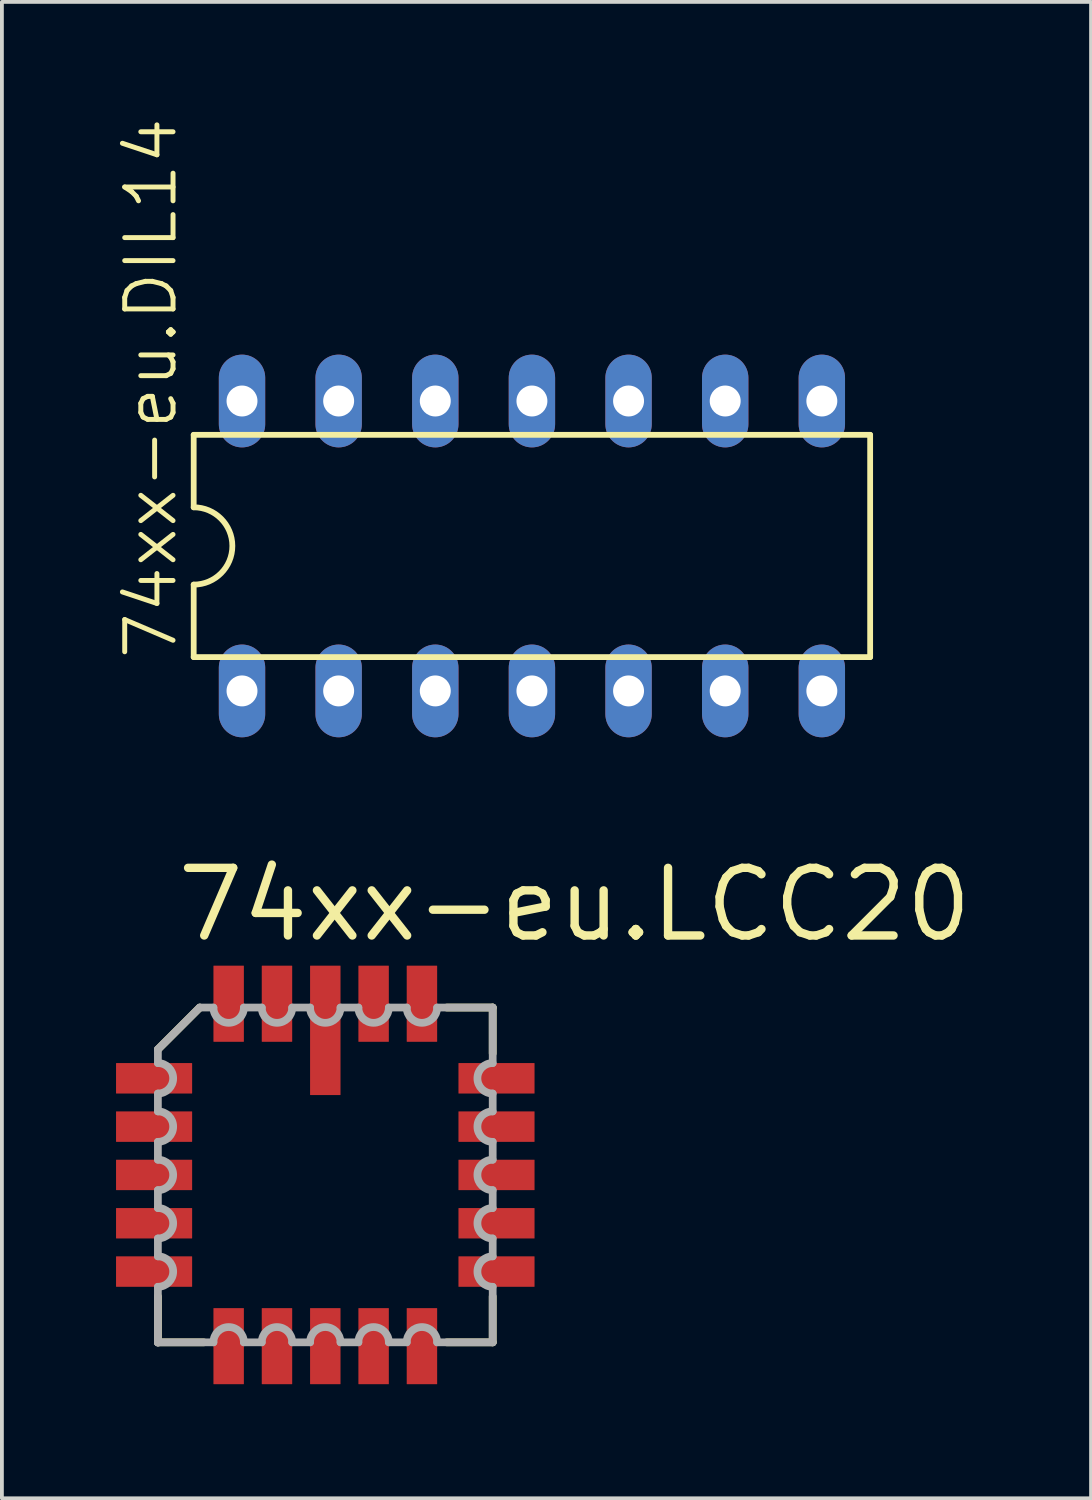
<source format=kicad_pcb>
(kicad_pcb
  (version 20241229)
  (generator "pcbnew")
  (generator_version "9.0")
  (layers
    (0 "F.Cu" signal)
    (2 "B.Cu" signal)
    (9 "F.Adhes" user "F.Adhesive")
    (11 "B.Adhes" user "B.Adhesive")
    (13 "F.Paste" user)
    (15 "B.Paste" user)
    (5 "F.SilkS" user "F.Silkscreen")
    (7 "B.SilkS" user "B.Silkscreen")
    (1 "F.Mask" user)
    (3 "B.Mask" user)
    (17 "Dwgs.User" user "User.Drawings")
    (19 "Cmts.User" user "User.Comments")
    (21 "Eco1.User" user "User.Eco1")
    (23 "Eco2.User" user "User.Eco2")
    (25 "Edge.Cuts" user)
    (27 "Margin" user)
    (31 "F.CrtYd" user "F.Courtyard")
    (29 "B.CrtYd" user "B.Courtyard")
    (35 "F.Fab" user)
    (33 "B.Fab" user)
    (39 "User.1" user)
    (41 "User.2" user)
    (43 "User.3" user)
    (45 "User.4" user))
  (footprint "74xx-eu.DIL14"
    (layer "F.Cu")
    (at 10.931 11.3)
    (property "Reference" "74xx-eu.DIL14" (at -9.271 3.048 90) (layer "F.SilkS") (effects (font (size 1.27 1.27) (thickness 0.13)) (justify left bottom)))
    (attr through_hole)
    (fp_line (start -8.89 -2.921) (end -8.89 -1.016) (stroke (width 0.152) (type default)) (layer "F.SilkS"))
    (fp_line (start -8.89 2.921) (end -8.89 1.016) (stroke (width 0.152) (type default)) (layer "F.SilkS"))
    (fp_line (start -8.89 2.921) (end 8.89 2.921) (stroke (width 0.152) (type default)) (layer "F.SilkS"))
    (fp_line (start 8.89 -2.921) (end -8.89 -2.921) (stroke (width 0.152) (type default)) (layer "F.SilkS"))
    (fp_line (start 8.89 -2.921) (end 8.89 2.921) (stroke (width 0.152) (type default)) (layer "F.SilkS"))
    (fp_arc (start -8.89 -1.016) (mid -7.874 0) (end -8.89 1.016) (stroke (width 0.1524) (type default)) (layer "F.SilkS"))
    (pad "1" thru_hole oval (at -7.62 3.81 90) (size 2.438 1.219) (drill 0.813) (layers "*.Cu" "*.Mask"))
    (pad "2" thru_hole oval (at -5.08 3.81 90) (size 2.438 1.219) (drill 0.813) (layers "*.Cu" "*.Mask"))
    (pad "3" thru_hole oval (at -2.54 3.81 90) (size 2.438 1.219) (drill 0.813) (layers "*.Cu" "*.Mask"))
    (pad "4" thru_hole oval (at 0 3.81 90) (size 2.438 1.219) (drill 0.813) (layers "*.Cu" "*.Mask"))
    (pad "5" thru_hole oval (at 2.54 3.81 90) (size 2.438 1.219) (drill 0.813) (layers "*.Cu" "*.Mask"))
    (pad "6" thru_hole oval (at 5.08 3.81 90) (size 2.438 1.219) (drill 0.813) (layers "*.Cu" "*.Mask"))
    (pad "7" thru_hole oval (at 7.62 3.81 90) (size 2.438 1.219) (drill 0.813) (layers "*.Cu" "*.Mask"))
    (pad "8" thru_hole oval (at 7.62 -3.81 90) (size 2.438 1.219) (drill 0.813) (layers "*.Cu" "*.Mask"))
    (pad "9" thru_hole oval (at 5.08 -3.81 90) (size 2.438 1.219) (drill 0.813) (layers "*.Cu" "*.Mask"))
    (pad "10" thru_hole oval (at 2.54 -3.81 90) (size 2.438 1.219) (drill 0.813) (layers "*.Cu" "*.Mask"))
    (pad "11" thru_hole oval (at 0 -3.81 90) (size 2.438 1.219) (drill 0.813) (layers "*.Cu" "*.Mask"))
    (pad "12" thru_hole oval (at -2.54 -3.81 90) (size 2.438 1.219) (drill 0.813) (layers "*.Cu" "*.Mask"))
    (pad "13" thru_hole oval (at -5.08 -3.81 90) (size 2.438 1.219) (drill 0.813) (layers "*.Cu" "*.Mask"))
    (pad "14" thru_hole oval (at -7.62 -3.81 90) (size 2.438 1.219) (drill 0.813) (layers "*.Cu" "*.Mask")))
  (footprint "74xx-eu.LCC20"
    (layer "F.Cu")
    (at 5.5 27.832)
    (property "Reference" "74xx-eu.LCC20" (at -4.005 -6.065 0) (layer "F.SilkS") (effects (font (size 1.778 1.778) (thickness 0.22)) (justify left bottom)))
    (attr smd)
    (fp_line (start -4.4 3.194) (end -4.4 4.4) (stroke (width 0.203) (type default)) (layer "F.SilkS"))
    (fp_line (start -4.4 4.4) (end -3.194 4.4) (stroke (width 0.203) (type default)) (layer "F.SilkS"))
    (fp_line (start -3.3 -4.4) (end -4.4 -3.3) (stroke (width 0.203) (type default)) (layer "F.SilkS"))
    (fp_line (start 3.194 4.4) (end 4.4 4.4) (stroke (width 0.203) (type default)) (layer "F.SilkS"))
    (fp_line (start 4.4 -4.4) (end 3.194 -4.4) (stroke (width 0.203) (type default)) (layer "F.SilkS"))
    (fp_line (start 4.4 -3.194) (end 4.4 -4.4) (stroke (width 0.203) (type default)) (layer "F.SilkS"))
    (fp_line (start 4.4 4.4) (end 4.4 3.194) (stroke (width 0.203) (type default)) (layer "F.SilkS"))
    (fp_line (start -4.4 -3.3) (end -4.4 -2.94) (stroke (width 0.203) (type default)) (layer "F.Fab"))
    (fp_line (start -4.4 -2.14) (end -4.4 -1.67) (stroke (width 0.203) (type default)) (layer "F.Fab"))
    (fp_line (start -4.4 -0.87) (end -4.4 -0.4) (stroke (width 0.203) (type default)) (layer "F.Fab"))
    (fp_line (start -4.4 0.4) (end -4.4 0.87) (stroke (width 0.203) (type default)) (layer "F.Fab"))
    (fp_line (start -4.4 1.67) (end -4.4 2.14) (stroke (width 0.203) (type default)) (layer "F.Fab"))
    (fp_line (start -4.4 2.94) (end -4.4 4.4) (stroke (width 0.203) (type default)) (layer "F.Fab"))
    (fp_line (start -4.4 4.4) (end -4.4 4.41) (stroke (width 0.203) (type default)) (layer "F.Fab"))
    (fp_line (start -4.4 4.4) (end -2.94 4.4) (stroke (width 0.203) (type default)) (layer "F.Fab"))
    (fp_line (start -3.3 -4.4) (end -4.4 -3.3) (stroke (width 0.203) (type default)) (layer "F.Fab"))
    (fp_line (start -2.94 -4.4) (end -3.3 -4.4) (stroke (width 0.203) (type default)) (layer "F.Fab"))
    (fp_line (start -2.14 4.4) (end -1.67 4.4) (stroke (width 0.203) (type default)) (layer "F.Fab"))
    (fp_line (start -1.67 -4.4) (end -2.14 -4.4) (stroke (width 0.203) (type default)) (layer "F.Fab"))
    (fp_line (start -0.87 4.4) (end -0.4 4.4) (stroke (width 0.203) (type default)) (layer "F.Fab"))
    (fp_line (start -0.4 -4.4) (end -0.87 -4.4) (stroke (width 0.203) (type default)) (layer "F.Fab"))
    (fp_line (start 0.4 4.4) (end 0.87 4.4) (stroke (width 0.203) (type default)) (layer "F.Fab"))
    (fp_line (start 0.87 -4.4) (end 0.4 -4.4) (stroke (width 0.203) (type default)) (layer "F.Fab"))
    (fp_line (start 1.67 4.4) (end 2.14 4.4) (stroke (width 0.203) (type default)) (layer "F.Fab"))
    (fp_line (start 2.14 -4.4) (end 1.67 -4.4) (stroke (width 0.203) (type default)) (layer "F.Fab"))
    (fp_line (start 2.94 4.4) (end 4.4 4.4) (stroke (width 0.203) (type default)) (layer "F.Fab"))
    (fp_line (start 4.4 -4.4) (end 2.94 -4.4) (stroke (width 0.203) (type default)) (layer "F.Fab"))
    (fp_line (start 4.4 -2.94) (end 4.4 -4.4) (stroke (width 0.203) (type default)) (layer "F.Fab"))
    (fp_line (start 4.4 -1.67) (end 4.4 -2.14) (stroke (width 0.203) (type default)) (layer "F.Fab"))
    (fp_line (start 4.4 -0.4) (end 4.4 -0.87) (stroke (width 0.203) (type default)) (layer "F.Fab"))
    (fp_line (start 4.4 0.87) (end 4.4 0.4) (stroke (width 0.203) (type default)) (layer "F.Fab"))
    (fp_line (start 4.4 2.14) (end 4.4 1.67) (stroke (width 0.203) (type default)) (layer "F.Fab"))
    (fp_line (start 4.4 4.4) (end 4.4 2.94) (stroke (width 0.203) (type default)) (layer "F.Fab"))
    (fp_arc (start -4.3985 -2.94) (mid -3.9985 -2.54) (end -4.3985 -2.14) (stroke (width 0.2032) (type default)) (layer "F.Fab"))
    (fp_arc (start -4.3985 -1.67) (mid -3.9985 -1.27) (end -4.3985 -0.87) (stroke (width 0.2032) (type default)) (layer "F.Fab"))
    (fp_arc (start -4.3985 -0.4001) (mid -3.9984 0) (end -4.3985 0.4001) (stroke (width 0.2032) (type default)) (layer "F.Fab"))
    (fp_arc (start -4.3985 0.8699) (mid -3.9984 1.27) (end -4.3985 1.6701) (stroke (width 0.2032) (type default)) (layer "F.Fab"))
    (fp_arc (start -4.3985 2.1399) (mid -3.9984 2.54) (end -4.3985 2.9401) (stroke (width 0.2032) (type default)) (layer "F.Fab"))
    (fp_arc (start -2.9401 4.3985) (mid -2.54 3.9984) (end -2.1399 4.3985) (stroke (width 0.2032) (type default)) (layer "F.Fab"))
    (fp_arc (start -2.1399 -4.3985) (mid -2.54 -3.9984) (end -2.9401 -4.3985) (stroke (width 0.2032) (type default)) (layer "F.Fab"))
    (fp_arc (start -1.6701 4.3985) (mid -1.27 3.9984) (end -0.8699 4.3985) (stroke (width 0.2032) (type default)) (layer "F.Fab"))
    (fp_arc (start -0.8699 -4.3985) (mid -1.27 -3.9984) (end -1.6701 -4.3985) (stroke (width 0.2032) (type default)) (layer "F.Fab"))
    (fp_arc (start -0.4001 4.3985) (mid 0 3.9984) (end 0.4001 4.3985) (stroke (width 0.2032) (type default)) (layer "F.Fab"))
    (fp_arc (start 0.4001 -4.3985) (mid 0 -3.9984) (end -0.4001 -4.3985) (stroke (width 0.2032) (type default)) (layer "F.Fab"))
    (fp_arc (start 0.87 4.3985) (mid 1.27 3.9985) (end 1.67 4.3985) (stroke (width 0.2032) (type default)) (layer "F.Fab"))
    (fp_arc (start 1.67 -4.3985) (mid 1.27 -3.9985) (end 0.87 -4.3985) (stroke (width 0.2032) (type default)) (layer "F.Fab"))
    (fp_arc (start 2.14 4.3985) (mid 2.54 3.9985) (end 2.94 4.3985) (stroke (width 0.2032) (type default)) (layer "F.Fab"))
    (fp_arc (start 2.94 -4.3985) (mid 2.54 -3.9985) (end 2.14 -4.3985) (stroke (width 0.2032) (type default)) (layer "F.Fab"))
    (fp_arc (start 4.3985 -2.1399) (mid 3.9984 -2.54) (end 4.3985 -2.9401) (stroke (width 0.2032) (type default)) (layer "F.Fab"))
    (fp_arc (start 4.3985 -0.8699) (mid 3.9984 -1.27) (end 4.3985 -1.6701) (stroke (width 0.2032) (type default)) (layer "F.Fab"))
    (fp_arc (start 4.3985 0.4001) (mid 3.9984 0) (end 4.3985 -0.4001) (stroke (width 0.2032) (type default)) (layer "F.Fab"))
    (fp_arc (start 4.3985 1.67) (mid 3.9985 1.27) (end 4.3985 0.87) (stroke (width 0.2032) (type default)) (layer "F.Fab"))
    (fp_arc (start 4.3985 2.94) (mid 3.9985 2.54) (end 4.3985 2.14) (stroke (width 0.2032) (type default)) (layer "F.Fab"))
    (pad "1" smd roundrect (at 0 -3.8) (size 0.8 3.4) (layers "F.Cu" "F.Mask" "F.Paste") (roundrect_rratio 0.01))
    (pad "2" smd roundrect (at -1.27 -4.5) (size 0.8 2) (layers "F.Cu" "F.Mask" "F.Paste") (roundrect_rratio 0.01))
    (pad "3" smd roundrect (at -2.54 -4.5) (size 0.8 2) (layers "F.Cu" "F.Mask" "F.Paste") (roundrect_rratio 0.01))
    (pad "4" smd roundrect (at -4.5 -2.54) (size 2 0.8) (layers "F.Cu" "F.Mask" "F.Paste") (roundrect_rratio 0.01))
    (pad "5" smd roundrect (at -4.5 -1.27) (size 2 0.8) (layers "F.Cu" "F.Mask" "F.Paste") (roundrect_rratio 0.01))
    (pad "6" smd roundrect (at -4.5 0) (size 2 0.8) (layers "F.Cu" "F.Mask" "F.Paste") (roundrect_rratio 0.01))
    (pad "7" smd roundrect (at -4.5 1.27) (size 2 0.8) (layers "F.Cu" "F.Mask" "F.Paste") (roundrect_rratio 0.01))
    (pad "8" smd roundrect (at -4.5 2.54) (size 2 0.8) (layers "F.Cu" "F.Mask" "F.Paste") (roundrect_rratio 0.01))
    (pad "9" smd roundrect (at -2.54 4.5) (size 0.8 2) (layers "F.Cu" "F.Mask" "F.Paste") (roundrect_rratio 0.01))
    (pad "10" smd roundrect (at -1.27 4.5) (size 0.8 2) (layers "F.Cu" "F.Mask" "F.Paste") (roundrect_rratio 0.01))
    (pad "11" smd roundrect (at 0 4.5) (size 0.8 2) (layers "F.Cu" "F.Mask" "F.Paste") (roundrect_rratio 0.01))
    (pad "12" smd roundrect (at 1.27 4.5) (size 0.8 2) (layers "F.Cu" "F.Mask" "F.Paste") (roundrect_rratio 0.01))
    (pad "13" smd roundrect (at 2.54 4.5) (size 0.8 2) (layers "F.Cu" "F.Mask" "F.Paste") (roundrect_rratio 0.01))
    (pad "14" smd roundrect (at 4.5 2.54) (size 2 0.8) (layers "F.Cu" "F.Mask" "F.Paste") (roundrect_rratio 0.01))
    (pad "15" smd roundrect (at 4.5 1.27) (size 2 0.8) (layers "F.Cu" "F.Mask" "F.Paste") (roundrect_rratio 0.01))
    (pad "16" smd roundrect (at 4.5 0) (size 2 0.8) (layers "F.Cu" "F.Mask" "F.Paste") (roundrect_rratio 0.01))
    (pad "17" smd roundrect (at 4.5 -1.27) (size 2 0.8) (layers "F.Cu" "F.Mask" "F.Paste") (roundrect_rratio 0.01))
    (pad "18" smd roundrect (at 4.5 -2.54) (size 2 0.8) (layers "F.Cu" "F.Mask" "F.Paste") (roundrect_rratio 0.01))
    (pad "19" smd roundrect (at 2.54 -4.5) (size 0.8 2) (layers "F.Cu" "F.Mask" "F.Paste") (roundrect_rratio 0.01))
    (pad "20" smd roundrect (at 1.27 -4.5) (size 0.8 2) (layers "F.Cu" "F.Mask" "F.Paste") (roundrect_rratio 0.01)))
  (gr_rect
    (start -3 -3)
    (end 25.627 36.332)
    (stroke (width 0.1) (type default))
    (fill no)
    (layer "Edge.Cuts")))
</source>
